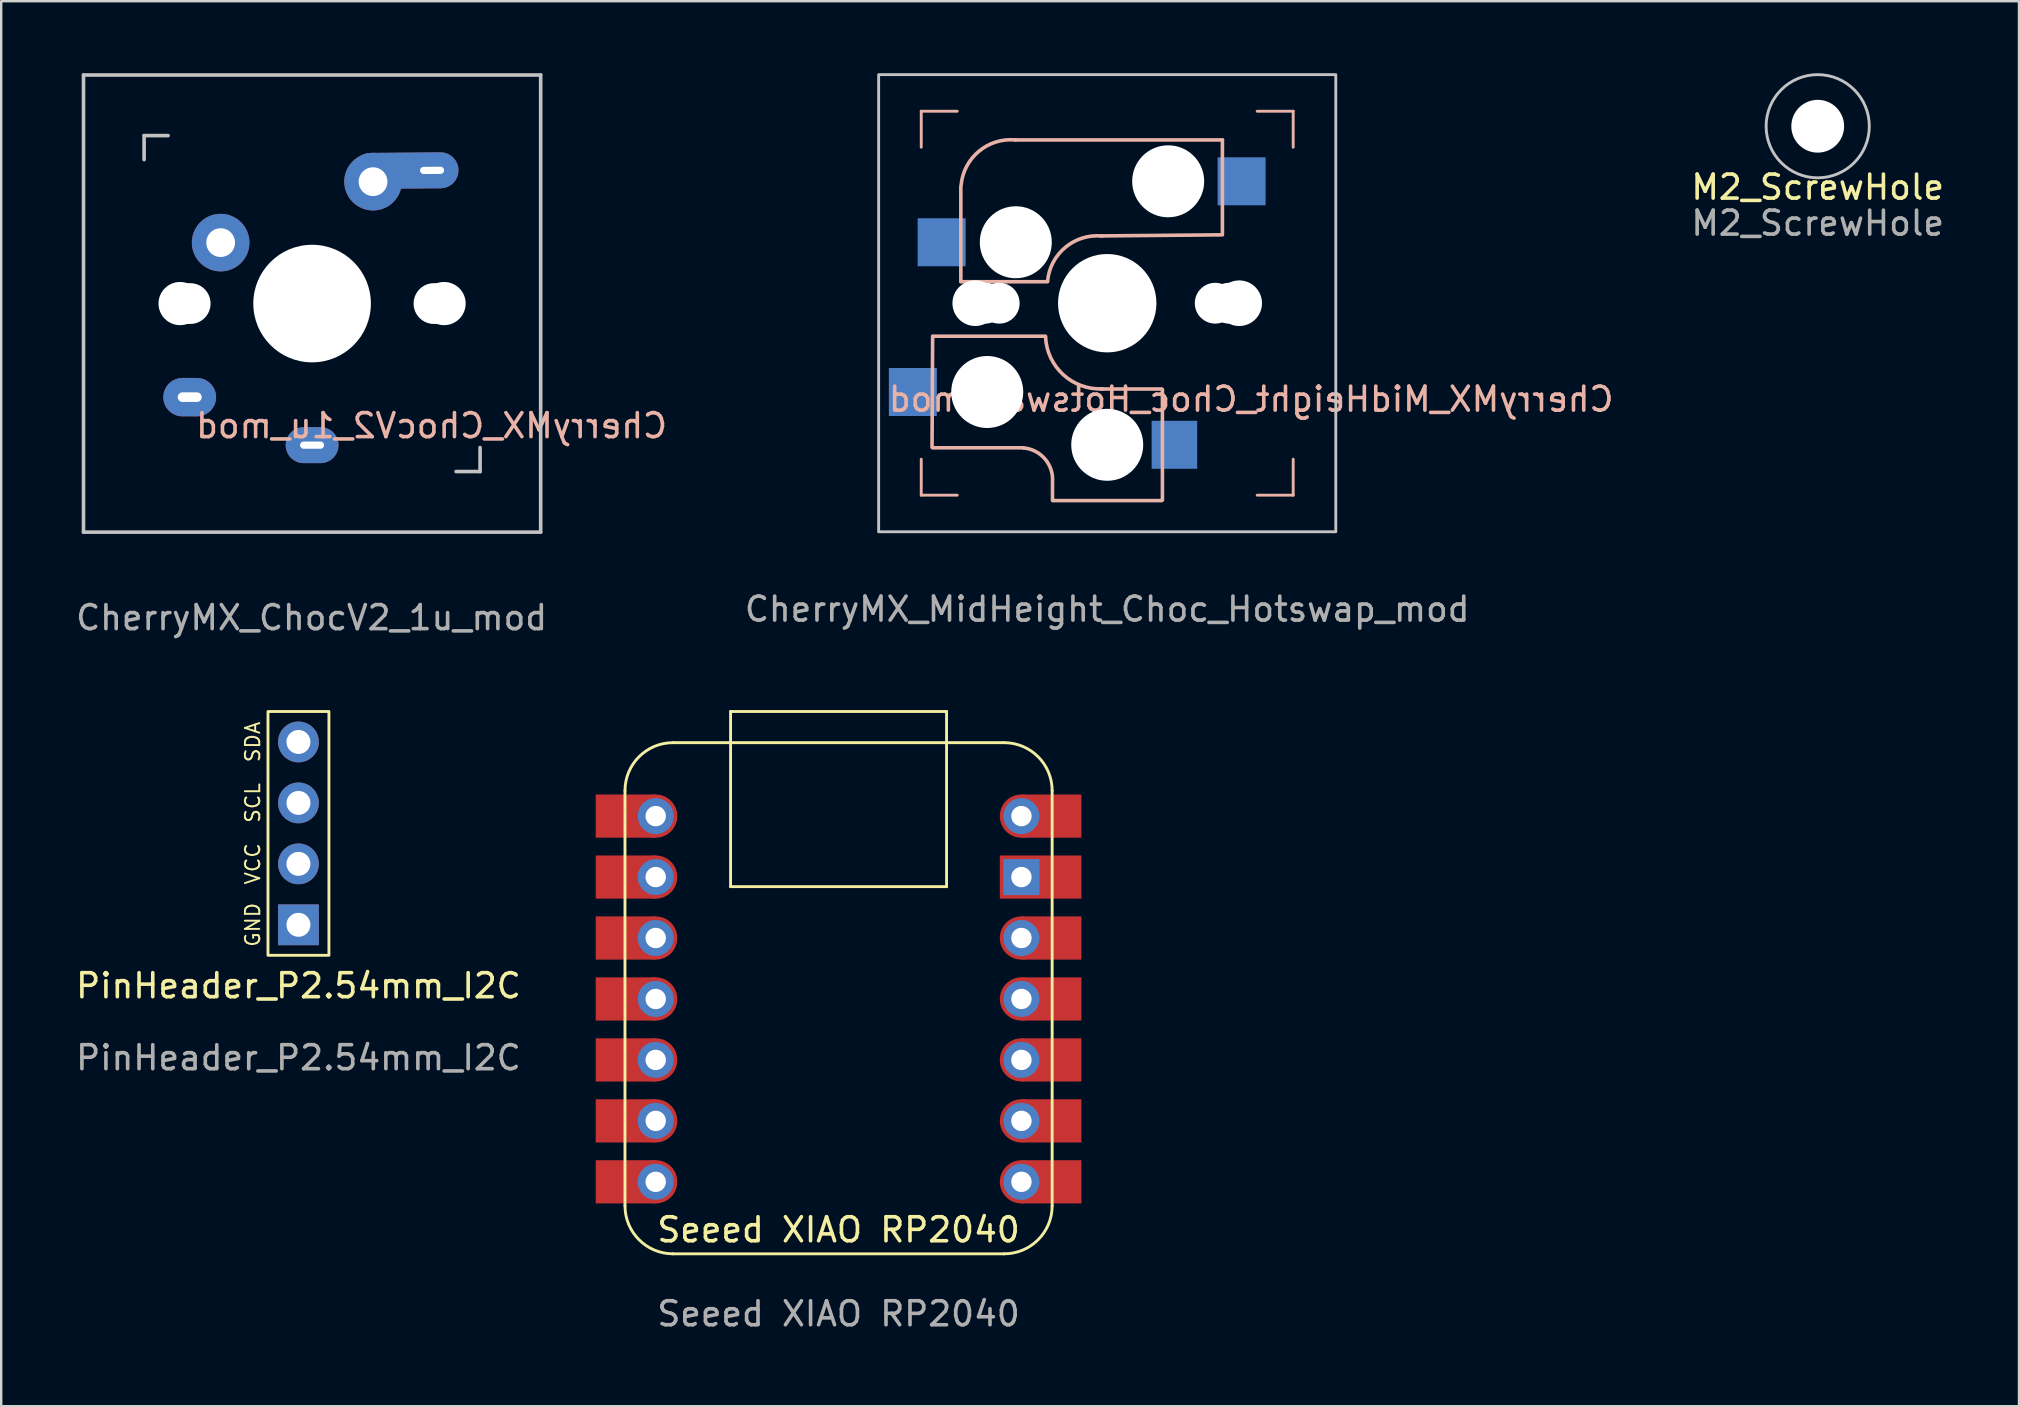
<source format=kicad_pcb>
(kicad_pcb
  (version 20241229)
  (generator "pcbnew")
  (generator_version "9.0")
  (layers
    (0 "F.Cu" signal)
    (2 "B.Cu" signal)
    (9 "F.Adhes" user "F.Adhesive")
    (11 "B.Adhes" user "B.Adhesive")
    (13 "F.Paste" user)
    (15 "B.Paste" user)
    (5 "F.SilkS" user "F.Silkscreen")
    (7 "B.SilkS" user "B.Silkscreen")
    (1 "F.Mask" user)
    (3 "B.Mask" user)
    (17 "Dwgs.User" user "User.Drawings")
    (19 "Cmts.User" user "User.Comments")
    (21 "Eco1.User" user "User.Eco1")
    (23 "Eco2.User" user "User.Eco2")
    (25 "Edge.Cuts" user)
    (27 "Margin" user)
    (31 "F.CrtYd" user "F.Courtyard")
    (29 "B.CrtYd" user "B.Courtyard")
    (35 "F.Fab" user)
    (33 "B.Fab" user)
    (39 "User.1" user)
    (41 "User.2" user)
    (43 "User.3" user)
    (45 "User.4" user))
  (footprint "CherryMX_ChocV2_1u_mod"
    (layer "F.Cu")
    (at 9.935 9.69)
    (property "Reference" "CherryMX_ChocV2_1u_mod" (at 5 5 0) (unlocked yes) (layer "B.SilkS") (effects (font (size 1 1) (thickness 0.15)) (justify mirror)))
    (attr through_hole)
    (fp_line (start -9.505 -9.615) (end 9.545 -9.615) (stroke (width 0.15) (type solid)) (layer "Dwgs.User"))
    (fp_line (start -9.505 9.435) (end -9.505 -9.615) (stroke (width 0.15) (type solid)) (layer "Dwgs.User"))
    (fp_line (start -6.98 -7.09) (end -5.98 -7.09) (stroke (width 0.15) (type solid)) (layer "Dwgs.User"))
    (fp_line (start -6.98 -6.09) (end -6.98 -7.09) (stroke (width 0.15) (type solid)) (layer "Dwgs.User"))
    (fp_line (start 6.02 6.91) (end 7.02 6.91) (stroke (width 0.15) (type solid)) (layer "Dwgs.User"))
    (fp_line (start 7.02 6.91) (end 7.02 5.91) (stroke (width 0.15) (type solid)) (layer "Dwgs.User"))
    (fp_line (start 9.545 -9.615) (end 9.545 9.435) (stroke (width 0.15) (type solid)) (layer "Dwgs.User"))
    (fp_line (start 9.545 9.435) (end -9.505 9.435) (stroke (width 0.15) (type solid)) (layer "Dwgs.User"))
    (fp_text user "${REFERENCE}" (at 0 13 0) (unlocked yes) (layer "F.Fab") (effects (font (size 1 1) (thickness 0.15))))
    (pad "" np_thru_hole circle (at -5.48 -0.09 90) (size 1.8 1.8) (drill 1.8) (layers "*.Cu" "*.Mask"))
    (pad "" np_thru_hole circle (at -5.06 -0.09) (size 1.7 1.7) (drill 1.7) (layers "*.Cu" "*.Mask"))
    (pad "" np_thru_hole circle (at 0.02 -0.09 90) (size 4.9 4.9) (drill 4.9) (layers "*.Cu" "*.Mask"))
    (pad "" np_thru_hole circle (at 5.1 -0.09) (size 1.7 1.7) (drill 1.7) (layers "*.Cu" "*.Mask"))
    (pad "" np_thru_hole circle (at 5.52 -0.09 90) (size 1.8 1.8) (drill 1.8) (layers "*.Cu" "*.Mask"))
    (pad "1" thru_hole oval (at -5.08 3.81) (size 2.2 1.6) (drill oval 1 0.4) (layers "*.Cu" "*.Mask"))
    (pad "1" thru_hole circle (at -3.79 -2.63) (size 2.4 2.4) (drill 1.2) (layers "*.Cu" "*.Mask"))
    (pad "2" thru_hole oval (at 0.02 5.81) (size 2.2 1.5) (drill oval 1 0.3) (layers "*.Cu" "*.Mask"))
    (pad "2" thru_hole circle (at 2.56 -5.17) (size 2.4 2.4) (drill 1.2) (layers "*.Cu" "*.Mask"))
    (pad "2" thru_hole oval (at 5.02 -5.64 0.5) (size 4.4 1.5) (drill oval 1 0.3 (offset -1.1 0)) (layers "*.Cu" "*.Mask")))
  (footprint "PinHeader_P2.54mm_I2C"
    (layer "F.Cu")
    (at 9.387 31.678)
    (property "Reference" "PinHeader_P2.54mm_I2C" (at 0 6.35 0) (unlocked yes) (layer "F.SilkS") (effects (font (size 1 1) (thickness 0.15))))
    (attr through_hole)
    (fp_rect (start -1.27 -5.08) (end 1.27 5.08) (stroke (width 0.12) (type solid)) (fill no) (layer "F.SilkS"))
    (fp_text user "GND" (at -1.905 3.81 90) (unlocked yes) (layer "F.SilkS") (effects (font (size 0.6 0.6) (thickness 0.08))))
    (fp_text user "SCL" (at -1.905 -1.27 90) (unlocked yes) (layer "F.SilkS") (effects (font (size 0.6 0.6) (thickness 0.08))))
    (fp_text user "SDA" (at -1.905 -3.81 90) (unlocked yes) (layer "F.SilkS") (effects (font (size 0.6 0.6) (thickness 0.08))))
    (fp_text user "VCC" (at -1.905 1.27 90) (unlocked yes) (layer "F.SilkS") (effects (font (size 0.6 0.6) (thickness 0.08))))
    (fp_text user "${REFERENCE}" (at 0 9.35 0) (unlocked yes) (layer "F.Fab") (effects (font (size 1 1) (thickness 0.15))))
    (pad "1" thru_hole rect (at 0 3.81) (size 1.7 1.7) (drill 1) (layers "*.Cu" "*.Mask"))
    (pad "2" thru_hole circle (at 0 1.27) (size 1.7 1.7) (drill 1) (layers "*.Cu" "*.Mask"))
    (pad "3" thru_hole circle (at 0 -1.27) (size 1.7 1.7) (drill 1) (layers "*.Cu" "*.Mask"))
    (pad "4" thru_hole circle (at 0 -3.81) (size 1.7 1.7) (drill 1) (layers "*.Cu" "*.Mask")))
  (footprint "M2_ScrewHole"
    (layer "F.Cu")
    (at 72.696 2.21)
    (property "Reference" "M2_ScrewHole" (at 0 2.54 0) (unlocked yes) (layer "F.SilkS") (effects (font (size 1 1) (thickness 0.15))))
    (fp_circle (center 0 0) (end 2.15 0) (stroke (width 0.12) (type solid)) (fill no) (layer "Dwgs.User"))
    (fp_text user "${REFERENCE}" (at 0 4.04 0) (unlocked yes) (layer "F.Fab") (effects (font (size 1 1) (thickness 0.15))))
    (pad "" np_thru_hole circle (at 0 0) (size 2.2 2.2) (drill 2.2) (layers "*.Cu" "*.Mask")))
  (footprint "Seeed XIAO RP2040"
    (layer "F.Cu")
    (at 31.894 49.198)
    (property "Reference" "Seeed XIAO RP2040" (at 0 -1 0) (unlocked yes) (layer "F.SilkS") (effects (font (size 1 1) (thickness 0.15))))
    (attr through_hole)
    (fp_line (start -8.9 -19.3) (end -8.9 -2) (stroke (width 0.12) (type solid)) (layer "F.SilkS"))
    (fp_line (start -6.9 -21.3) (end 6.9 -21.3) (stroke (width 0.12) (type solid)) (layer "F.SilkS"))
    (fp_line (start -6.9 0) (end 6.9 0) (stroke (width 0.12) (type solid)) (layer "F.SilkS"))
    (fp_line (start -4.5 -22.6) (end 4.5 -22.6) (stroke (width 0.12) (type solid)) (layer "F.SilkS"))
    (fp_line (start -4.5 -15.3) (end -4.5 -22.6) (stroke (width 0.12) (type solid)) (layer "F.SilkS"))
    (fp_line (start -4.5 -15.3) (end 4.5 -15.3) (stroke (width 0.12) (type solid)) (layer "F.SilkS"))
    (fp_line (start 4.5 -22.6) (end 4.5 -15.3) (stroke (width 0.12) (type solid)) (layer "F.SilkS"))
    (fp_line (start 8.9 -19.3) (end 8.9 -2) (stroke (width 0.12) (type solid)) (layer "F.SilkS"))
    (fp_arc (start -8.9 -19.3) (mid -8.314214 -20.714214) (end -6.9 -21.3) (stroke (width 0.12) (type solid)) (layer "F.SilkS"))
    (fp_arc (start -6.9 0) (mid -8.314214 -0.585786) (end -8.9 -2) (stroke (width 0.12) (type solid)) (layer "F.SilkS"))
    (fp_arc (start 6.9 -21.3) (mid 8.314214 -20.714214) (end 8.9 -19.3) (stroke (width 0.12) (type solid)) (layer "F.SilkS"))
    (fp_arc (start 8.9 -2) (mid 8.314214 -0.585786) (end 6.9 0) (stroke (width 0.12) (type solid)) (layer "F.SilkS"))
    (fp_text user "${REFERENCE}" (at 0 2.5 0) (unlocked yes) (layer "F.Fab") (effects (font (size 1 1) (thickness 0.15))))
    (pad "0" smd rect (at -8.87 -18.24) (size 2.5 1.8) (layers "F.Cu" "F.Mask" "F.Paste"))
    (pad "0" thru_hole circle (at -7.62 -18.24) (size 1.5 1.5) (drill 0.85) (layers "*.Cu" "*.Mask"))
    (pad "0" smd circle (at -7.62 -18.24) (size 1.8 1.8) (layers "F.Cu" "F.Mask" "F.Paste"))
    (pad "1" smd rect (at -8.87 -15.7) (size 2.5 1.8) (layers "F.Cu" "F.Mask" "F.Paste"))
    (pad "1" thru_hole circle (at -7.62 -15.7) (size 1.5 1.5) (drill 0.85) (layers "*.Cu" "*.Mask"))
    (pad "1" smd circle (at -7.62 -15.7) (size 1.8 1.8) (layers "F.Cu" "F.Mask" "F.Paste"))
    (pad "2" smd rect (at -8.87 -13.16) (size 2.5 1.8) (layers "F.Cu" "F.Mask" "F.Paste"))
    (pad "2" thru_hole circle (at -7.62 -13.16) (size 1.5 1.5) (drill 0.85) (layers "*.Cu" "*.Mask"))
    (pad "2" smd circle (at -7.62 -13.16) (size 1.8 1.8) (layers "F.Cu" "F.Mask" "F.Paste"))
    (pad "3" smd rect (at -8.87 -10.62) (size 2.5 1.8) (layers "F.Cu" "F.Mask" "F.Paste"))
    (pad "3" thru_hole circle (at -7.62 -10.62) (size 1.5 1.5) (drill 0.85) (layers "*.Cu" "*.Mask"))
    (pad "3" smd circle (at -7.62 -10.62) (size 1.8 1.8) (layers "F.Cu" "F.Mask" "F.Paste"))
    (pad "4" smd rect (at -8.87 -8.08) (size 2.5 1.8) (layers "F.Cu" "F.Mask" "F.Paste"))
    (pad "4" thru_hole circle (at -7.62 -8.08) (size 1.5 1.5) (drill 0.85) (layers "*.Cu" "*.Mask"))
    (pad "4" smd circle (at -7.62 -8.08) (size 1.8 1.8) (layers "F.Cu" "F.Mask" "F.Paste"))
    (pad "5" smd rect (at -8.87 -5.54) (size 2.5 1.8) (layers "F.Cu" "F.Mask" "F.Paste"))
    (pad "5" thru_hole circle (at -7.62 -5.54) (size 1.5 1.5) (drill 0.85) (layers "*.Cu" "*.Mask"))
    (pad "5" smd circle (at -7.62 -5.54) (size 1.8 1.8) (layers "F.Cu" "F.Mask" "F.Paste"))
    (pad "6" smd rect (at -8.87 -3) (size 2.5 1.8) (layers "F.Cu" "F.Mask" "F.Paste"))
    (pad "6" thru_hole circle (at -7.62 -3) (size 1.5 1.5) (drill 0.85) (layers "*.Cu" "*.Mask"))
    (pad "6" smd circle (at -7.62 -3) (size 1.8 1.8) (layers "F.Cu" "F.Mask" "F.Paste"))
    (pad "7" thru_hole circle (at 7.62 -3) (size 1.5 1.5) (drill 0.85) (layers "*.Cu" "*.Mask"))
    (pad "7" smd circle (at 7.62 -3) (size 1.8 1.8) (layers "F.Cu" "F.Mask" "F.Paste"))
    (pad "7" smd rect (at 8.87 -3) (size 2.5 1.8) (layers "F.Cu" "F.Mask" "F.Paste"))
    (pad "8" thru_hole circle (at 7.62 -5.54) (size 1.5 1.5) (drill 0.85) (layers "*.Cu" "*.Mask"))
    (pad "8" smd circle (at 7.62 -5.54) (size 1.8 1.8) (layers "F.Cu" "F.Mask" "F.Paste"))
    (pad "8" smd rect (at 8.87 -5.54) (size 2.5 1.8) (layers "F.Cu" "F.Mask" "F.Paste"))
    (pad "9" thru_hole circle (at 7.62 -8.08) (size 1.5 1.5) (drill 0.85) (layers "*.Cu" "*.Mask"))
    (pad "9" smd circle (at 7.62 -8.08) (size 1.8 1.8) (layers "F.Cu" "F.Mask" "F.Paste"))
    (pad "9" smd rect (at 8.87 -8.08) (size 2.5 1.8) (layers "F.Cu" "F.Mask" "F.Paste"))
    (pad "10" thru_hole circle (at 7.62 -10.62) (size 1.5 1.5) (drill 0.85) (layers "*.Cu" "*.Mask"))
    (pad "10" smd circle (at 7.62 -10.62) (size 1.8 1.8) (layers "F.Cu" "F.Mask" "F.Paste"))
    (pad "10" smd rect (at 8.87 -10.62) (size 2.5 1.8) (layers "F.Cu" "F.Mask" "F.Paste"))
    (pad "11" thru_hole circle (at 7.62 -13.16) (size 1.5 1.5) (drill 0.85) (layers "*.Cu" "*.Mask"))
    (pad "11" smd circle (at 7.62 -13.16) (size 1.8 1.8) (layers "F.Cu" "F.Mask" "F.Paste"))
    (pad "11" smd rect (at 8.87 -13.16) (size 2.5 1.8) (layers "F.Cu" "F.Mask" "F.Paste"))
    (pad "12" thru_hole rect (at 7.62 -15.7) (size 1.5 1.5) (drill 0.85) (layers "*.Cu" "*.Mask"))
    (pad "12" smd rect (at 8.42 -15.7) (size 3.4 1.8) (layers "F.Cu" "F.Mask" "F.Paste"))
    (pad "13" thru_hole circle (at 7.62 -18.24) (size 1.5 1.5) (drill 0.85) (layers "*.Cu" "*.Mask"))
    (pad "13" smd circle (at 7.62 -18.24) (size 1.8 1.8) (layers "F.Cu" "F.Mask" "F.Paste"))
    (pad "13" smd rect (at 8.87 -18.24) (size 2.5 1.8) (layers "F.Cu" "F.Mask" "F.Paste")))
  (footprint "CherryMX_MidHeight_Choc_Hotswap_mod"
    (layer "F.Cu")
    (at 43.089 9.585)
    (property "Reference" "CherryMX_MidHeight_Choc_Hotswap_mod" (at 6 4 0) (unlocked yes) (layer "B.SilkS") (effects (font (size 1 1) (thickness 0.15)) (justify mirror)))
    (attr smd)
    (fp_line (start -7.75 -8) (end -6.25 -8) (stroke (width 0.12) (type solid)) (layer "B.SilkS"))
    (fp_line (start -7.75 -6.5) (end -7.75 -8) (stroke (width 0.12) (type solid)) (layer "B.SilkS"))
    (fp_line (start -7.75 8) (end -7.75 6.5) (stroke (width 0.12) (type solid)) (layer "B.SilkS"))
    (fp_line (start -7.75 8) (end -6.25 8) (stroke (width 0.12) (type solid)) (layer "B.SilkS"))
    (fp_line (start -7.275 1.4) (end -7.3 6) (stroke (width 0.15) (type solid)) (layer "B.SilkS"))
    (fp_line (start -6.1 -4.85) (end -6.1 -0.905) (stroke (width 0.15) (type solid)) (layer "B.SilkS"))
    (fp_line (start -6.1 -0.896) (end -2.49 -0.896) (stroke (width 0.15) (type solid)) (layer "B.SilkS"))
    (fp_line (start -3.5 6.025) (end -7.275 6.025) (stroke (width 0.15) (type solid)) (layer "B.SilkS"))
    (fp_line (start -2.575 1.375) (end -7.275 1.375) (stroke (width 0.15) (type solid)) (layer "B.SilkS"))
    (fp_line (start -2.28 7.5) (end -2.28 8.2) (stroke (width 0.15) (type solid)) (layer "B.SilkS"))
    (fp_line (start 2.275 3.575) (end -0.275 3.575) (stroke (width 0.15) (type solid)) (layer "B.SilkS"))
    (fp_line (start 2.275 8.225) (end -2.275 8.225) (stroke (width 0.15) (type solid)) (layer "B.SilkS"))
    (fp_line (start 2.3 3.6) (end 2.3 8.2) (stroke (width 0.15) (type solid)) (layer "B.SilkS"))
    (fp_line (start 4.8 -6.804) (end -3.825 -6.804) (stroke (width 0.15) (type solid)) (layer "B.SilkS"))
    (fp_line (start 4.8 -2.896) (end 4.8 -6.804) (stroke (width 0.15) (type solid)) (layer "B.SilkS"))
    (fp_line (start 4.8 -2.85) (end -0.25 -2.804) (stroke (width 0.15) (type solid)) (layer "B.SilkS"))
    (fp_line (start 6.25 -8) (end 7.75 -8) (stroke (width 0.12) (type solid)) (layer "B.SilkS"))
    (fp_line (start 6.25 8) (end 7.75 8) (stroke (width 0.12) (type solid)) (layer "B.SilkS"))
    (fp_line (start 7.75 -6.5) (end 7.75 -8) (stroke (width 0.12) (type solid)) (layer "B.SilkS"))
    (fp_line (start 7.75 8) (end 7.75 6.5) (stroke (width 0.12) (type solid)) (layer "B.SilkS"))
    (fp_arc (start -6.089 -4.92) (mid -5.347189 -6.33089) (end -3.825 -6.804) (stroke (width 0.15) (type solid)) (layer "B.SilkS"))
    (fp_arc (start -3.5 6.03) (mid -2.595908 6.48733) (end -2.28 7.45) (stroke (width 0.15) (type solid)) (layer "B.SilkS"))
    (fp_arc (start -2.485 -0.92) (mid -1.744361 -2.328061) (end -0.225 -2.8) (stroke (width 0.15) (type solid)) (layer "B.SilkS"))
    (fp_arc (start -0.2 3.57) (mid -1.834422 2.975843) (end -2.57 1.4) (stroke (width 0.15) (type solid)) (layer "B.SilkS"))
    (fp_rect (start -9.525 -9.525) (end 9.525 9.525) (stroke (width 0.12) (type solid)) (fill no) (layer "Dwgs.User"))
    (fp_line (start -7 -7) (end 7 -7) (stroke (width 0.15) (type solid)) (layer "Eco2.User"))
    (fp_line (start -7 7) (end -7 -7) (stroke (width 0.15) (type solid)) (layer "Eco2.User"))
    (fp_line (start 7 -7) (end 7 7) (stroke (width 0.15) (type solid)) (layer "Eco2.User"))
    (fp_line (start 7 7) (end -7 7) (stroke (width 0.15) (type solid)) (layer "Eco2.User"))
    (fp_text user "${REFERENCE}" (at 0 12.75 0) (unlocked yes) (layer "F.Fab") (effects (font (size 1 1) (thickness 0.15))))
    (pad "" np_thru_hole circle (at -5.5 0 90) (size 1.9 1.9) (drill 1.9) (layers "*.Cu" "*.Mask"))
    (pad "" np_thru_hole circle (at -5.08 0) (size 1.7 1.7) (drill 1.7) (layers "*.Cu" "*.Mask"))
    (pad "" np_thru_hole circle (at -5 3.7 90) (size 3 3) (drill 3) (layers "*.Cu" "*.Mask"))
    (pad "" np_thru_hole circle (at -4.5 0) (size 1.7 1.7) (drill 1.7) (layers "*.Cu" "*.Mask"))
    (pad "" np_thru_hole circle (at -3.81 -2.54 180) (size 3 3) (drill 3) (layers "*.Cu" "*.Mask"))
    (pad "" np_thru_hole circle (at 0 0 90) (size 4.1 4.1) (drill 4.1) (layers "*.Cu" "*.Mask"))
    (pad "" np_thru_hole circle (at 0 5.9 90) (size 3 3) (drill 3) (layers "*.Cu" "*.Mask"))
    (pad "" np_thru_hole circle (at 2.54 -5.08 180) (size 3 3) (drill 3) (layers "*.Cu" "*.Mask"))
    (pad "" np_thru_hole circle (at 4.5 0) (size 1.7 1.7) (drill 1.7) (layers "*.Cu" "*.Mask"))
    (pad "" np_thru_hole circle (at 5.08 0) (size 1.7 1.7) (drill 1.7) (layers "*.Cu" "*.Mask"))
    (pad "" np_thru_hole circle (at 5.5 0 90) (size 1.9 1.9) (drill 1.9) (layers "*.Cu" "*.Mask"))
    (pad "1" smd rect (at -8.1 3.7 180) (size 2 2) (layers "B.Cu" "B.Mask" "B.Paste"))
    (pad "1" smd rect (at -6.9 -2.54 180) (size 2 2) (layers "B.Cu" "B.Mask" "B.Paste"))
    (pad "2" smd rect (at 2.8 5.9 180) (size 1.9 2) (layers "B.Cu" "B.Mask" "B.Paste"))
    (pad "2" smd rect (at 5.6 -5.08 180) (size 2 2) (layers "B.Cu" "B.Mask" "B.Paste")))
  (gr_rect
    (start -3 -3)
    (end 81.083 55.547)
    (stroke (width 0.1) (type default))
    (fill no)
    (layer "Edge.Cuts")))
</source>
